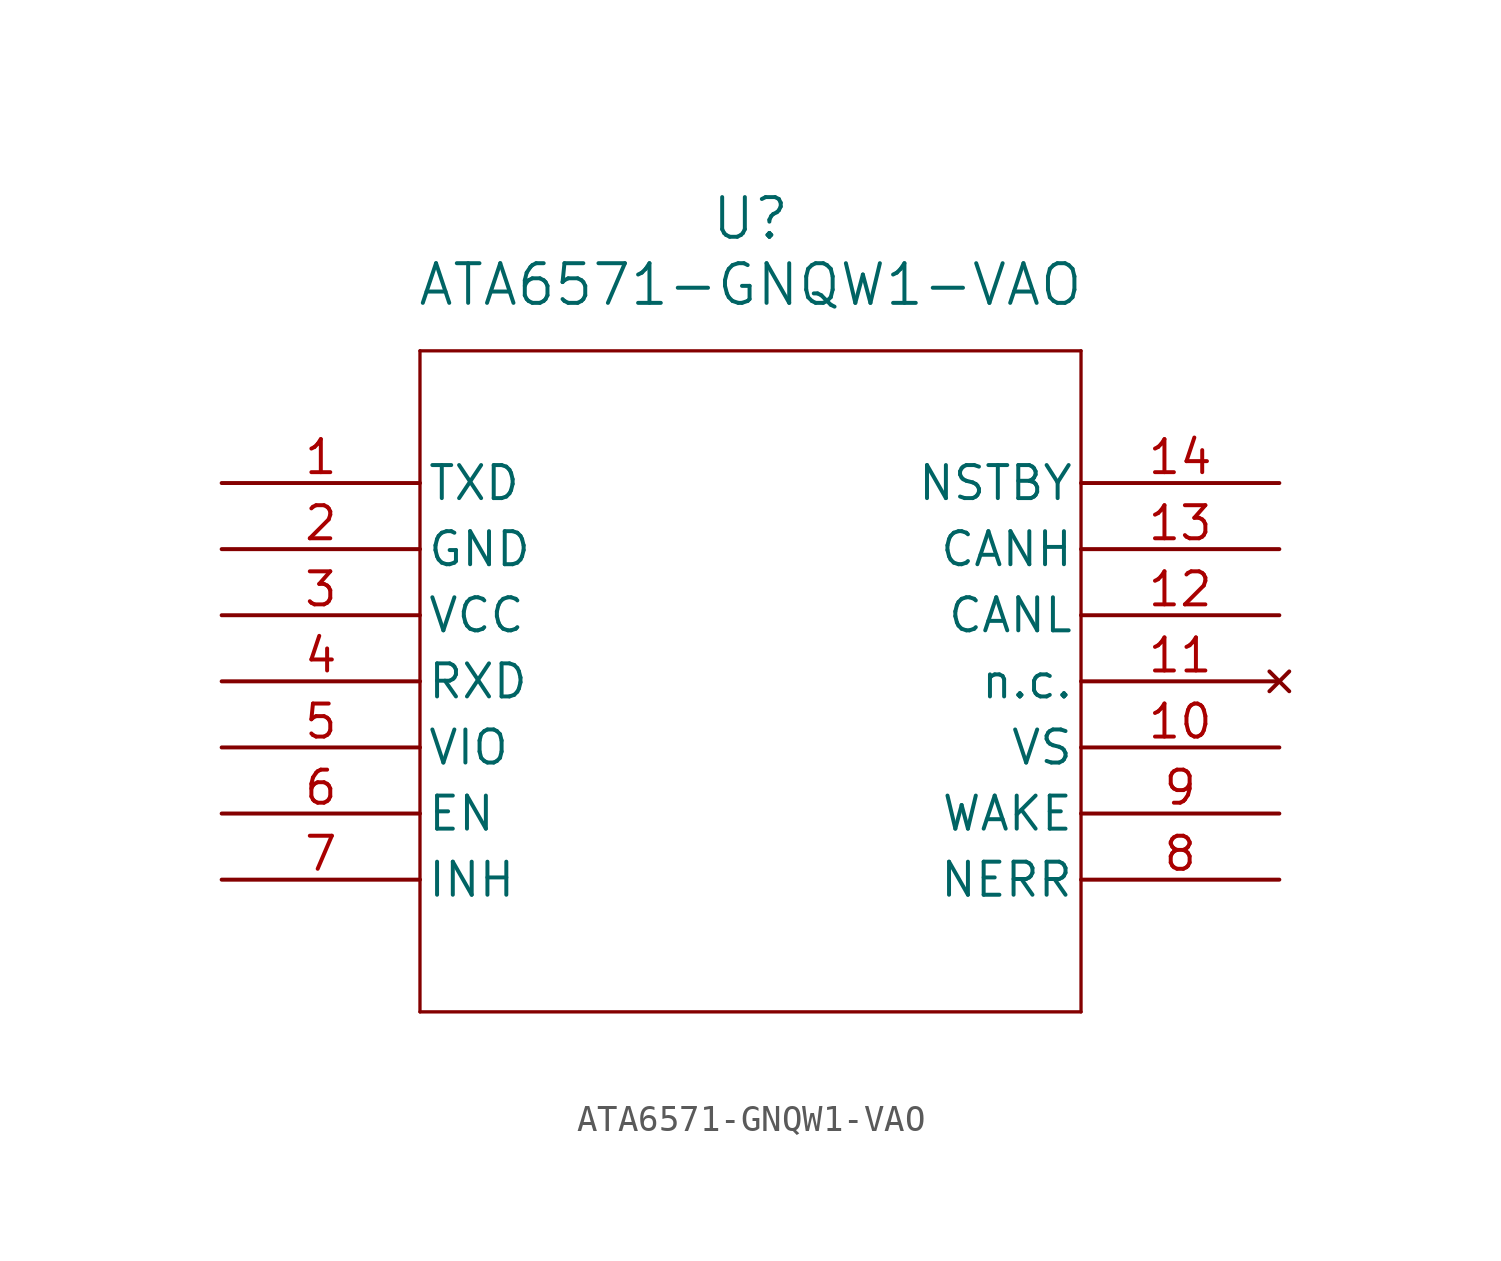
<source format=kicad_sym>
(kicad_symbol_lib
  (version 20211014)
  (generator kicad_symbol_editor)
  (symbol "ATA6571-GNQW1-VAO"
    (pin_names
      (offset 0.254))
    (property "Reference" "U"
      (at 20.32 10.16 0)
      (effects (font (size 1.524 1.524))))
    (property "Value" "ATA6571-GNQW1-VAO"
      (at 20.32 7.62 0)
      (effects (font (size 1.524 1.524))))
    (symbol "ATA6571-GNQW1-VAO_0_1"
      (polyline (pts (xy 7.62 5.08) (xy 7.62 -20.32)) (stroke (width 0.127) (type default) (color 0 0 0 0)) (fill (type none)))
      (polyline (pts (xy 7.62 -20.32) (xy 33.02 -20.32)) (stroke (width 0.127) (type default) (color 0 0 0 0)) (fill (type none)))
      (polyline (pts (xy 33.02 -20.32) (xy 33.02 5.08)) (stroke (width 0.127) (type default) (color 0 0 0 0)) (fill (type none)))
      (polyline (pts (xy 33.02 5.08) (xy 7.62 5.08)) (stroke (width 0.127) (type default) (color 0 0 0 0)) (fill (type none)))
      (pin input line (at 0 0 0) (length 7.62) (name "TXD" (effects (font (size 1.27 1.27)))) (number "1" (effects (font (size 1.27 1.27)))))
      (pin power_out line (at 0 -2.54 0) (length 7.62) (name "GND" (effects (font (size 1.27 1.27)))) (number "2" (effects (font (size 1.27 1.27)))))
      (pin power_in line (at 0 -5.08 0) (length 7.62) (name "VCC" (effects (font (size 1.27 1.27)))) (number "3" (effects (font (size 1.27 1.27)))))
      (pin output line (at 0 -7.62 0) (length 7.62) (name "RXD" (effects (font (size 1.27 1.27)))) (number "4" (effects (font (size 1.27 1.27)))))
      (pin power_in line (at 0 -10.16 0) (length 7.62) (name "VIO" (effects (font (size 1.27 1.27)))) (number "5" (effects (font (size 1.27 1.27)))))
      (pin input line (at 0 -12.7 0) (length 7.62) (name "EN" (effects (font (size 1.27 1.27)))) (number "6" (effects (font (size 1.27 1.27)))))
      (pin output line (at 0 -15.24 0) (length 7.62) (name "INH" (effects (font (size 1.27 1.27)))) (number "7" (effects (font (size 1.27 1.27)))))
      (pin output line (at 40.64 -15.24 180) (length 7.62) (name "NERR" (effects (font (size 1.27 1.27)))) (number "8" (effects (font (size 1.27 1.27)))))
      (pin input line (at 40.64 -12.7 180) (length 7.62) (name "WAKE" (effects (font (size 1.27 1.27)))) (number "9" (effects (font (size 1.27 1.27)))))
      (pin power_in line (at 40.64 -10.16 180) (length 7.62) (name "VS" (effects (font (size 1.27 1.27)))) (number "10" (effects (font (size 1.27 1.27)))))
      (pin no_connect line (at 40.64 -7.62 180) (length 7.62) (name "n.c." (effects (font (size 1.27 1.27)))) (number "11" (effects (font (size 1.27 1.27)))))
      (pin bidirectional line (at 40.64 -5.08 180) (length 7.62) (name "CANL" (effects (font (size 1.27 1.27)))) (number "12" (effects (font (size 1.27 1.27)))))
      (pin bidirectional line (at 40.64 -2.54 180) (length 7.62) (name "CANH" (effects (font (size 1.27 1.27)))) (number "13" (effects (font (size 1.27 1.27)))))
      (pin input line (at 40.64 0 180) (length 7.62) (name "NSTBY" (effects (font (size 1.27 1.27)))) (number "14" (effects (font (size 1.27 1.27))))))))
</source>
